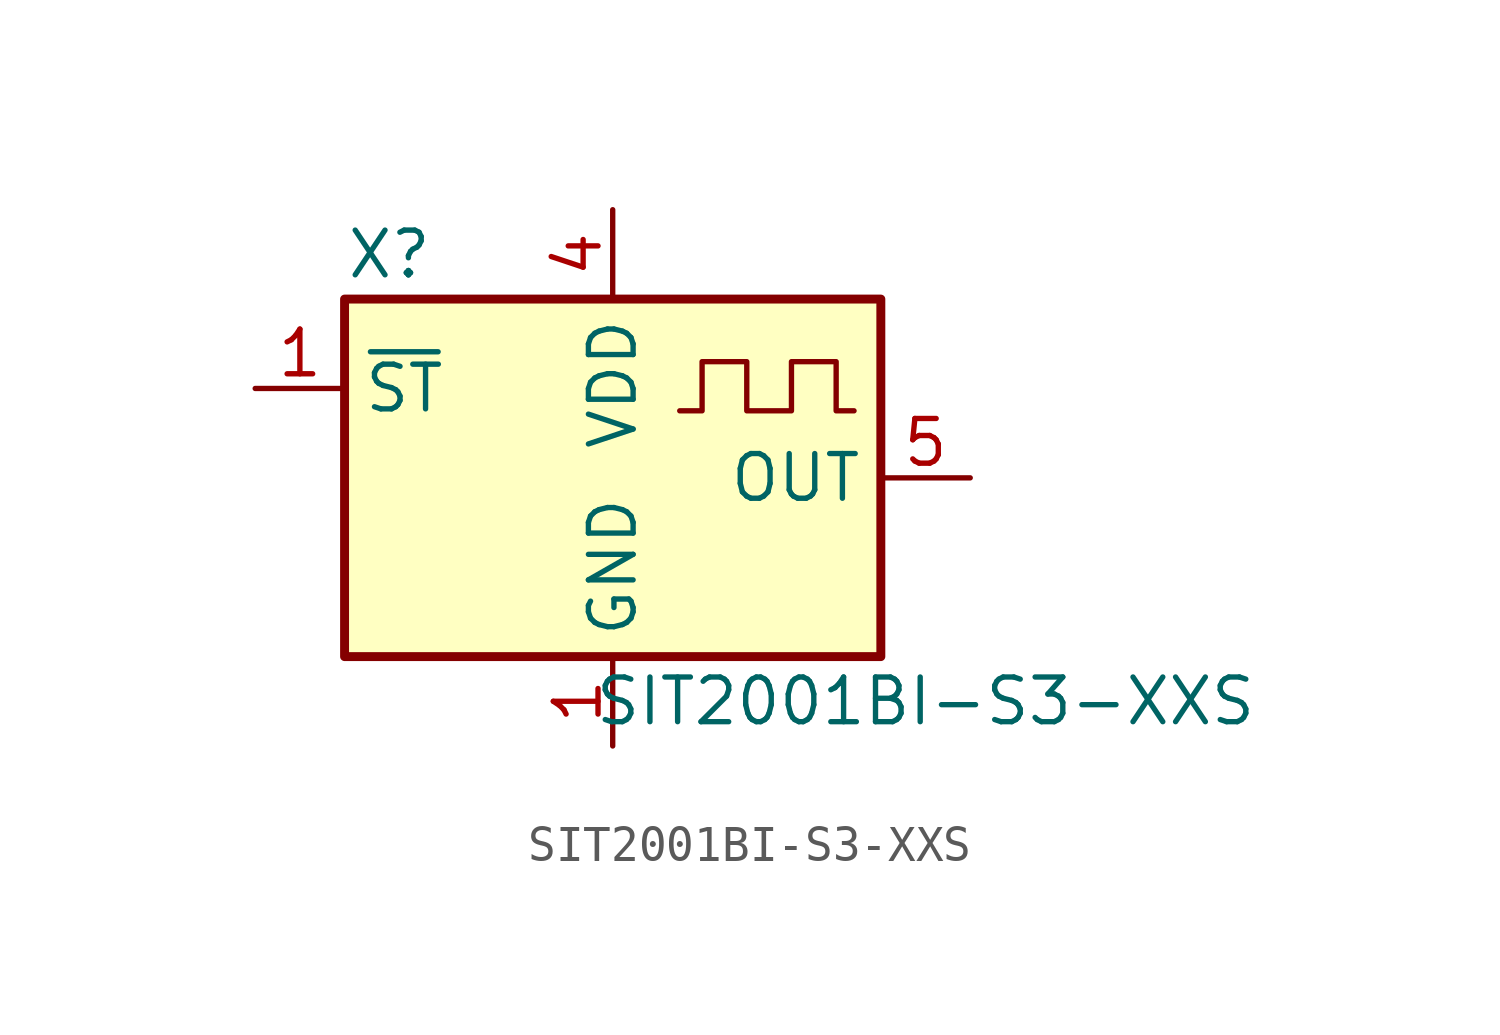
<source format=kicad_sym>
(kicad_symbol_lib
  (version 20220914)
  (generator kicad_symbol_editor)
  (symbol "SIT2001BI-S3-XXS"
    (property "Reference" "X"
      (at -6.35 6.35 0)
      (effects (font (size 1.27 1.27))))
    (property "Value" "SIT2001BI-S3-XXS"
      (at 8.89 -6.35 0)
      (effects (font (size 1.27 1.27))))
    (symbol "SIT2001BI-S3-XXS_0_1"
      (rectangle (start -7.62 5.08) (end 7.62 -5.08) (stroke (width 0.254) (type default)) (fill (type background)))
      (polyline (pts (xy 1.905 1.905) (xy 2.54 1.905) (xy 2.54 3.302) (xy 3.81 3.302) (xy 3.81 1.905) (xy 5.08 1.905) (xy 5.08 3.302) (xy 6.35 3.302) (xy 6.35 1.905) (xy 6.858 1.905)) (stroke (width 0) (type default)) (fill (type none))))
    (symbol "SIT2001BI-S3-XXS_1_1"
      (pin power_in line (at 0 -7.62 90) (length 2.54) (name "GND" (effects (font (size 1.27 1.27)))) (number "1" (effects (font (size 1.27 1.27)))))
      (pin input line (at -10.16 2.54 0) (length 2.54) (name "~{ST}" (effects (font (size 1.27 1.27)))) (number "1" (effects (font (size 1.27 1.27)))))
      (pin no_connect line (at -7.62 -2.54 0) (length 2.54) hide (name "NC" (effects (font (size 1.27 1.27)))) (number "2" (effects (font (size 1.27 1.27)))))
      (pin power_in line (at 0 7.62 270) (length 2.54) (name "VDD" (effects (font (size 1.27 1.27)))) (number "4" (effects (font (size 1.27 1.27)))))
      (pin output line (at 10.16 0 180) (length 2.54) (name "OUT" (effects (font (size 1.27 1.27)))) (number "5" (effects (font (size 1.27 1.27))))))))
</source>
